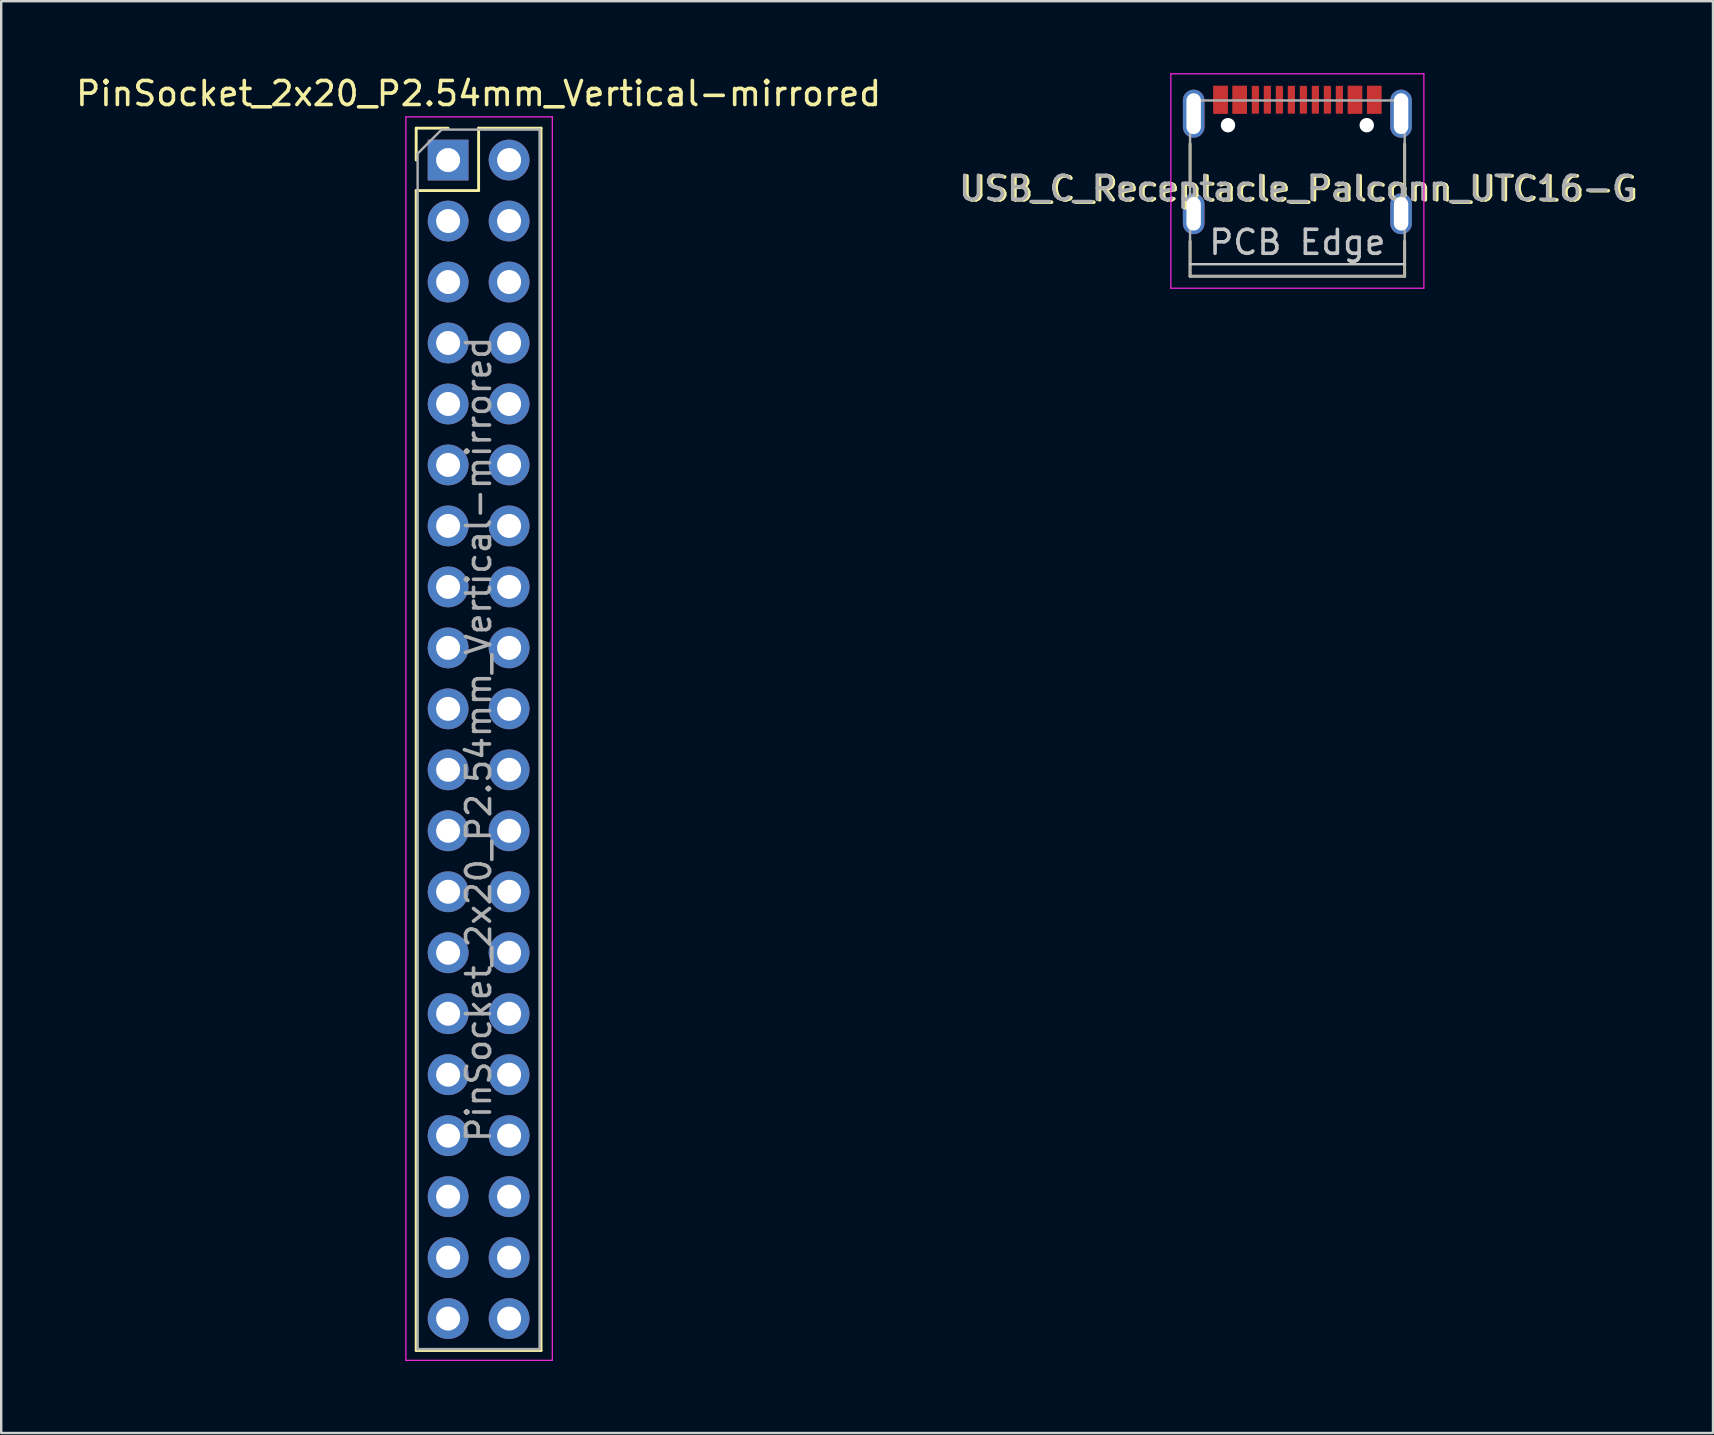
<source format=kicad_pcb>
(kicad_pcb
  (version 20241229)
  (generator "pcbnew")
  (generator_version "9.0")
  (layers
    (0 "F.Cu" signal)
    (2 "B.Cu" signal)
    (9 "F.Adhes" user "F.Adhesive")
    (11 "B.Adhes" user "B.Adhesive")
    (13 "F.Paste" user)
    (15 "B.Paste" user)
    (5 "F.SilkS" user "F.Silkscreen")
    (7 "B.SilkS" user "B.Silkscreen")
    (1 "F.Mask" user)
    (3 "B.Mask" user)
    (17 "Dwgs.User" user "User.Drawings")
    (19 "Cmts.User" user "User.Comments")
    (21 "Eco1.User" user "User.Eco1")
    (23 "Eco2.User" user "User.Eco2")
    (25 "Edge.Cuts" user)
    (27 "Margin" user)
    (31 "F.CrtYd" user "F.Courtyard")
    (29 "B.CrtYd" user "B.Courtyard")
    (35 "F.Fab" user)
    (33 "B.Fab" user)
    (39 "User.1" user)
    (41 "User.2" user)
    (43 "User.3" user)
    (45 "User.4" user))
  (footprint "USB_C_Receptacle_Palconn_UTC16-G"
    (layer "F.Cu")
    (at 50.994 3.615)
    (property "Reference" "USB_C_Receptacle_Palconn_UTC16-G" (at 0.093 1.205 0) (layer "F.SilkS") (effects (font (size 1 1) (thickness 0.15))))
    (attr through_hole)
    (fp_line (start -4.47 -0.67) (end -4.47 1.13) (stroke (width 0.12) (type solid)) (layer "F.SilkS"))
    (fp_line (start -4.47 4.84) (end -4.47 3.38) (stroke (width 0.12) (type solid)) (layer "F.SilkS"))
    (fp_line (start 4.47 -0.67) (end 4.47 1.13) (stroke (width 0.12) (type solid)) (layer "F.SilkS"))
    (fp_line (start 4.47 4.84) (end -4.47 4.84) (stroke (width 0.12) (type solid)) (layer "F.SilkS"))
    (fp_line (start 4.47 4.84) (end 4.47 3.38) (stroke (width 0.12) (type solid)) (layer "F.SilkS"))
    (fp_line (start -4.47 4.34) (end 4.47 4.34) (stroke (width 0.1) (type solid)) (layer "Dwgs.User"))
    (fp_line (start -5.27 -3.59) (end -5.27 5.34) (stroke (width 0.05) (type solid)) (layer "F.CrtYd"))
    (fp_line (start -5.27 5.34) (end 5.27 5.34) (stroke (width 0.05) (type solid)) (layer "F.CrtYd"))
    (fp_line (start 5.27 -3.59) (end -5.27 -3.59) (stroke (width 0.05) (type solid)) (layer "F.CrtYd"))
    (fp_line (start 5.27 5.34) (end 5.27 -3.59) (stroke (width 0.05) (type solid)) (layer "F.CrtYd"))
    (fp_line (start -4.47 -2.48) (end -4.47 4.84) (stroke (width 0.1) (type solid)) (layer "F.Fab"))
    (fp_line (start -4.47 -2.48) (end 4.47 -2.48) (stroke (width 0.1) (type solid)) (layer "F.Fab"))
    (fp_line (start 4.47 -2.48) (end 4.47 4.84) (stroke (width 0.1) (type solid)) (layer "F.Fab"))
    (fp_line (start 4.47 4.84) (end -4.47 4.84) (stroke (width 0.1) (type solid)) (layer "F.Fab"))
    (fp_text user "PCB Edge" (at 0 3.43 0) (layer "Dwgs.User") (effects (font (size 1 1) (thickness 0.15))))
    (fp_text user "${REFERENCE}" (at 0 1.18 0) (layer "F.Fab") (effects (font (size 1 1) (thickness 0.15))))
    (pad "" np_thru_hole circle (at -2.89 -1.45 180) (size 0.6 0.6) (drill 0.6) (layers "*.Cu" "*.Mask"))
    (pad "" np_thru_hole circle (at 2.89 -1.45 180) (size 0.6 0.6) (drill 0.6) (layers "*.Cu" "*.Mask"))
    (pad "A1" smd rect (at -3.2 -2.51) (size 0.6 1.16) (layers "F.Cu" "F.Mask" "F.Paste"))
    (pad "A4" smd rect (at -2.4 -2.51) (size 0.6 1.16) (layers "F.Cu" "F.Mask" "F.Paste"))
    (pad "A5" smd rect (at -1.25 -2.51 180) (size 0.3 1.16) (layers "F.Cu" "F.Mask" "F.Paste"))
    (pad "A6" smd rect (at -0.25 -2.51 180) (size 0.3 1.16) (layers "F.Cu" "F.Mask" "F.Paste"))
    (pad "A7" smd rect (at 0.25 -2.51 180) (size 0.3 1.16) (layers "F.Cu" "F.Mask" "F.Paste"))
    (pad "A8" smd rect (at 1.25 -2.51 180) (size 0.3 1.16) (layers "F.Cu" "F.Mask" "F.Paste"))
    (pad "A9" smd rect (at 2.4 -2.51) (size 0.6 1.16) (layers "F.Cu" "F.Mask" "F.Paste"))
    (pad "A12" smd rect (at 3.2 -2.51) (size 0.6 1.16) (layers "F.Cu" "F.Mask" "F.Paste"))
    (pad "B1" smd rect (at 3.2 -2.51) (size 0.6 1.16) (layers "F.Cu" "F.Mask" "F.Paste"))
    (pad "B4" smd rect (at 2.4 -2.51) (size 0.6 1.16) (layers "F.Cu" "F.Mask" "F.Paste"))
    (pad "B5" smd rect (at 1.75 -2.51 180) (size 0.3 1.16) (layers "F.Cu" "F.Mask" "F.Paste"))
    (pad "B6" smd rect (at 0.75 -2.51 180) (size 0.3 1.16) (layers "F.Cu" "F.Mask" "F.Paste"))
    (pad "B7" smd rect (at -0.75 -2.51 180) (size 0.3 1.16) (layers "F.Cu" "F.Mask" "F.Paste"))
    (pad "B8" smd rect (at -1.75 -2.51 180) (size 0.3 1.16) (layers "F.Cu" "F.Mask" "F.Paste"))
    (pad "B9" smd rect (at -2.4 -2.51) (size 0.6 1.16) (layers "F.Cu" "F.Mask" "F.Paste"))
    (pad "B12" smd rect (at -3.2 -2.51) (size 0.6 1.16) (layers "F.Cu" "F.Mask" "F.Paste"))
    (pad "S1" thru_hole oval (at -4.32 -1.93 90) (size 2 0.9) (drill oval 1.7 0.6) (layers "*.Cu" "*.Mask"))
    (pad "S1" thru_hole oval (at -4.32 2.24 90) (size 1.7 0.9) (drill oval 1.4 0.6) (layers "*.Cu" "*.Mask"))
    (pad "S1" thru_hole oval (at 4.32 -1.93 90) (size 2 0.9) (drill oval 1.7 0.6) (layers "*.Cu" "*.Mask"))
    (pad "S1" thru_hole oval (at 4.32 2.24 90) (size 1.7 0.9) (drill oval 1.4 0.6) (layers "*.Cu" "*.Mask")))
  (footprint "PinSocket_2x20_P2.54mm_Vertical-mirrored"
    (layer "F.Cu")
    (at 18.157 3.618)
    (property "Reference" "PinSocket_2x20_P2.54mm_Vertical-mirrored" (at -1.27 -2.77 0) (layer "F.SilkS") (effects (font (size 1 1) (thickness 0.15))))
    (attr through_hole)
    (fp_line (start -3.87 -1.33) (end -3.87 0) (stroke (width 0.12) (type solid)) (layer "F.SilkS"))
    (fp_line (start -3.87 1.27) (end -3.87 49.59) (stroke (width 0.12) (type solid)) (layer "F.SilkS"))
    (fp_line (start -2.54 -1.33) (end -3.87 -1.33) (stroke (width 0.12) (type solid)) (layer "F.SilkS"))
    (fp_line (start -1.27 -1.33) (end -1.27 1.27) (stroke (width 0.12) (type solid)) (layer "F.SilkS"))
    (fp_line (start -1.27 1.27) (end -3.87 1.27) (stroke (width 0.12) (type solid)) (layer "F.SilkS"))
    (fp_line (start 1.33 -1.33) (end -1.27 -1.33) (stroke (width 0.12) (type solid)) (layer "F.SilkS"))
    (fp_line (start 1.33 -1.33) (end 1.33 49.59) (stroke (width 0.12) (type solid)) (layer "F.SilkS"))
    (fp_line (start 1.33 49.59) (end -3.87 49.59) (stroke (width 0.12) (type solid)) (layer "F.SilkS"))
    (fp_line (start -4.3 -1.8) (end -4.3 50) (stroke (width 0.05) (type solid)) (layer "F.CrtYd"))
    (fp_line (start -4.3 50) (end 1.8 50) (stroke (width 0.05) (type solid)) (layer "F.CrtYd"))
    (fp_line (start 1.8 -1.8) (end -4.3 -1.8) (stroke (width 0.05) (type solid)) (layer "F.CrtYd"))
    (fp_line (start 1.8 50) (end 1.8 -1.8) (stroke (width 0.05) (type solid)) (layer "F.CrtYd"))
    (fp_line (start -3.81 -0.27) (end -3.81 49.53) (stroke (width 0.1) (type solid)) (layer "F.Fab"))
    (fp_line (start -3.81 49.53) (end 1.27 49.53) (stroke (width 0.1) (type solid)) (layer "F.Fab"))
    (fp_line (start -2.81 -1.27) (end -3.81 -0.27) (stroke (width 0.1) (type solid)) (layer "F.Fab"))
    (fp_line (start 1.27 -1.27) (end -2.81 -1.27) (stroke (width 0.1) (type solid)) (layer "F.Fab"))
    (fp_line (start 1.27 49.53) (end 1.27 -1.27) (stroke (width 0.1) (type solid)) (layer "F.Fab"))
    (fp_text user "${REFERENCE}" (at -1.27 24.13 90) (layer "F.Fab") (effects (font (size 1 1) (thickness 0.15))))
    (pad "1" thru_hole rect (at -2.54 0) (size 1.7 1.7) (drill 1) (layers "*.Cu" "*.Mask"))
    (pad "2" thru_hole oval (at 0 0) (size 1.7 1.7) (drill 1) (layers "*.Cu" "*.Mask"))
    (pad "3" thru_hole oval (at -2.54 2.54) (size 1.7 1.7) (drill 1) (layers "*.Cu" "*.Mask"))
    (pad "4" thru_hole oval (at 0 2.54) (size 1.7 1.7) (drill 1) (layers "*.Cu" "*.Mask"))
    (pad "5" thru_hole oval (at -2.54 5.08) (size 1.7 1.7) (drill 1) (layers "*.Cu" "*.Mask"))
    (pad "6" thru_hole oval (at 0 5.08) (size 1.7 1.7) (drill 1) (layers "*.Cu" "*.Mask"))
    (pad "7" thru_hole oval (at -2.54 7.62) (size 1.7 1.7) (drill 1) (layers "*.Cu" "*.Mask"))
    (pad "8" thru_hole oval (at 0 7.62) (size 1.7 1.7) (drill 1) (layers "*.Cu" "*.Mask"))
    (pad "9" thru_hole oval (at -2.54 10.16) (size 1.7 1.7) (drill 1) (layers "*.Cu" "*.Mask"))
    (pad "10" thru_hole oval (at 0 10.16) (size 1.7 1.7) (drill 1) (layers "*.Cu" "*.Mask"))
    (pad "11" thru_hole oval (at -2.54 12.7) (size 1.7 1.7) (drill 1) (layers "*.Cu" "*.Mask"))
    (pad "12" thru_hole oval (at 0 12.7) (size 1.7 1.7) (drill 1) (layers "*.Cu" "*.Mask"))
    (pad "13" thru_hole oval (at -2.54 15.24) (size 1.7 1.7) (drill 1) (layers "*.Cu" "*.Mask"))
    (pad "14" thru_hole oval (at 0 15.24) (size 1.7 1.7) (drill 1) (layers "*.Cu" "*.Mask"))
    (pad "15" thru_hole oval (at -2.54 17.78) (size 1.7 1.7) (drill 1) (layers "*.Cu" "*.Mask"))
    (pad "16" thru_hole oval (at 0 17.78) (size 1.7 1.7) (drill 1) (layers "*.Cu" "*.Mask"))
    (pad "17" thru_hole oval (at -2.54 20.32) (size 1.7 1.7) (drill 1) (layers "*.Cu" "*.Mask"))
    (pad "18" thru_hole oval (at 0 20.32) (size 1.7 1.7) (drill 1) (layers "*.Cu" "*.Mask"))
    (pad "19" thru_hole oval (at -2.54 22.86) (size 1.7 1.7) (drill 1) (layers "*.Cu" "*.Mask"))
    (pad "20" thru_hole oval (at 0 22.86) (size 1.7 1.7) (drill 1) (layers "*.Cu" "*.Mask"))
    (pad "21" thru_hole oval (at -2.54 25.4) (size 1.7 1.7) (drill 1) (layers "*.Cu" "*.Mask"))
    (pad "22" thru_hole oval (at 0 25.4) (size 1.7 1.7) (drill 1) (layers "*.Cu" "*.Mask"))
    (pad "23" thru_hole oval (at -2.54 27.94) (size 1.7 1.7) (drill 1) (layers "*.Cu" "*.Mask"))
    (pad "24" thru_hole oval (at 0 27.94) (size 1.7 1.7) (drill 1) (layers "*.Cu" "*.Mask"))
    (pad "25" thru_hole oval (at -2.54 30.48) (size 1.7 1.7) (drill 1) (layers "*.Cu" "*.Mask"))
    (pad "26" thru_hole oval (at 0 30.48) (size 1.7 1.7) (drill 1) (layers "*.Cu" "*.Mask"))
    (pad "27" thru_hole oval (at -2.54 33.02) (size 1.7 1.7) (drill 1) (layers "*.Cu" "*.Mask"))
    (pad "28" thru_hole oval (at 0 33.02) (size 1.7 1.7) (drill 1) (layers "*.Cu" "*.Mask"))
    (pad "29" thru_hole oval (at -2.54 35.56) (size 1.7 1.7) (drill 1) (layers "*.Cu" "*.Mask"))
    (pad "30" thru_hole oval (at 0 35.56) (size 1.7 1.7) (drill 1) (layers "*.Cu" "*.Mask"))
    (pad "31" thru_hole oval (at -2.54 38.1) (size 1.7 1.7) (drill 1) (layers "*.Cu" "*.Mask"))
    (pad "32" thru_hole oval (at 0 38.1) (size 1.7 1.7) (drill 1) (layers "*.Cu" "*.Mask"))
    (pad "33" thru_hole oval (at -2.54 40.64) (size 1.7 1.7) (drill 1) (layers "*.Cu" "*.Mask"))
    (pad "34" thru_hole oval (at 0 40.64) (size 1.7 1.7) (drill 1) (layers "*.Cu" "*.Mask"))
    (pad "35" thru_hole oval (at -2.54 43.18) (size 1.7 1.7) (drill 1) (layers "*.Cu" "*.Mask"))
    (pad "36" thru_hole oval (at 0 43.18) (size 1.7 1.7) (drill 1) (layers "*.Cu" "*.Mask"))
    (pad "37" thru_hole oval (at -2.54 45.72) (size 1.7 1.7) (drill 1) (layers "*.Cu" "*.Mask"))
    (pad "38" thru_hole oval (at 0 45.72) (size 1.7 1.7) (drill 1) (layers "*.Cu" "*.Mask"))
    (pad "39" thru_hole oval (at -2.54 48.26) (size 1.7 1.7) (drill 1) (layers "*.Cu" "*.Mask"))
    (pad "40" thru_hole oval (at 0 48.26) (size 1.7 1.7) (drill 1) (layers "*.Cu" "*.Mask")))
  (gr_rect
    (start -3 -3)
    (end 68.307 56.643)
    (stroke (width 0.1) (type default))
    (fill no)
    (layer "Edge.Cuts")))
</source>
